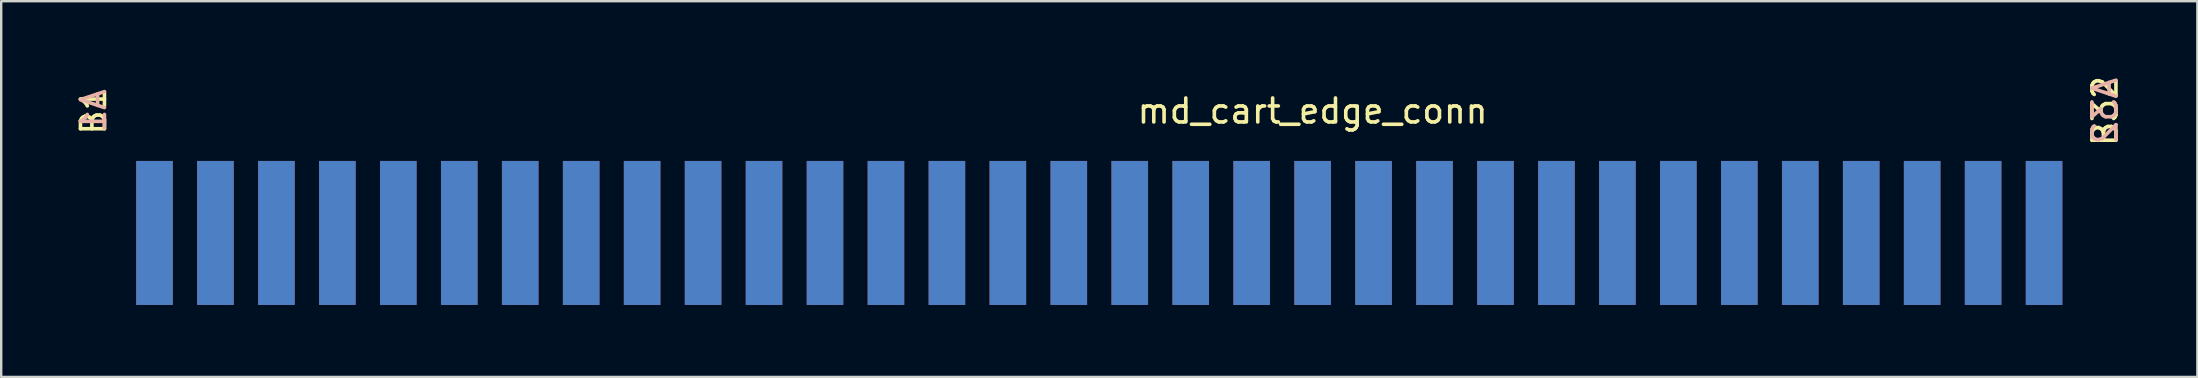
<source format=kicad_pcb>
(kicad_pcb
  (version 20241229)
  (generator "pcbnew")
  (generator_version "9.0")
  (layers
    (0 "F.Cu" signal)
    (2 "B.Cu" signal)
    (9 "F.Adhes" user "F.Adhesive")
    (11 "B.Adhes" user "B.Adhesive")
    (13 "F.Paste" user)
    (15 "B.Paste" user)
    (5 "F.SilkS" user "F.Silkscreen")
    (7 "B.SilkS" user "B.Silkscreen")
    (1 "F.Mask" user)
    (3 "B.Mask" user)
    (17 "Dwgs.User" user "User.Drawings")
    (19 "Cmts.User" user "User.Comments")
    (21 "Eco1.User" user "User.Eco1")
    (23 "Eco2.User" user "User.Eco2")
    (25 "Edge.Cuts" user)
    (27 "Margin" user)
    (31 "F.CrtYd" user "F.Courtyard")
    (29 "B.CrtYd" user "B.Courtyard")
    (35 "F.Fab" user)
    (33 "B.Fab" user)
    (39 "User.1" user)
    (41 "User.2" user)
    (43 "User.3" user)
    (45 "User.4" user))
  (footprint "md_cart_edge_conn"
    (layer "F.Cu")
    (at 3.388 6.657)
    (property "Reference" "md_cart_edge_conn" (at 48.26 -5.08 0) (layer "F.SilkS") (effects (font (size 1 1) (thickness 0.15))))
    (attr through_hole)
    (fp_text user "B1" (at -2.54 -5.08 90) (layer "F.SilkS") (effects (font (size 1 1) (thickness 0.15))))
    (fp_text user "B32" (at 81.28 -5.08 90) (layer "F.SilkS") (effects (font (size 1 1) (thickness 0.15))))
    (fp_text user "A1" (at -2.54 -5.08 90) (layer "B.SilkS") (effects (font (size 1 1) (thickness 0.15)) (justify mirror)))
    (fp_text user "A32" (at 81.28 -5.08 90) (layer "B.SilkS") (effects (font (size 1 1) (thickness 0.15)) (justify mirror)))
    (pad "A01" smd rect (at 0 0) (size 1.524 6) (layers "B.Cu" "B.Mask" "B.Paste"))
    (pad "A02" smd rect (at 2.54 0) (size 1.524 6) (layers "B.Cu" "B.Mask" "B.Paste"))
    (pad "A03" smd rect (at 5.08 0) (size 1.524 6) (layers "B.Cu" "B.Mask" "B.Paste"))
    (pad "A04" smd rect (at 7.62 0) (size 1.524 6) (layers "B.Cu" "B.Mask" "B.Paste"))
    (pad "A05" smd rect (at 10.16 0) (size 1.524 6) (layers "B.Cu" "B.Mask" "B.Paste"))
    (pad "A06" smd rect (at 12.7 0) (size 1.524 6) (layers "B.Cu" "B.Mask" "B.Paste"))
    (pad "A07" smd rect (at 15.24 0) (size 1.524 6) (layers "B.Cu" "B.Mask" "B.Paste"))
    (pad "A08" smd rect (at 17.78 0) (size 1.524 6) (layers "B.Cu" "B.Mask" "B.Paste"))
    (pad "A09" smd rect (at 20.32 0) (size 1.524 6) (layers "B.Cu" "B.Mask" "B.Paste"))
    (pad "A10" smd rect (at 22.86 0) (size 1.524 6) (layers "B.Cu" "B.Mask" "B.Paste"))
    (pad "A11" smd rect (at 25.4 0) (size 1.524 6) (layers "B.Cu" "B.Mask" "B.Paste"))
    (pad "A12" smd rect (at 27.94 0) (size 1.524 6) (layers "B.Cu" "B.Mask" "B.Paste"))
    (pad "A13" smd rect (at 30.48 0) (size 1.524 6) (layers "B.Cu" "B.Mask" "B.Paste"))
    (pad "A14" smd rect (at 33.02 0) (size 1.524 6) (layers "B.Cu" "B.Mask" "B.Paste"))
    (pad "A15" smd rect (at 35.56 0) (size 1.524 6) (layers "B.Cu" "B.Mask" "B.Paste"))
    (pad "A16" smd rect (at 38.1 0) (size 1.524 6) (layers "B.Cu" "B.Mask" "B.Paste"))
    (pad "A17" smd rect (at 40.64 0) (size 1.524 6) (layers "B.Cu" "B.Mask" "B.Paste"))
    (pad "A18" smd rect (at 43.18 0) (size 1.524 6) (layers "B.Cu" "B.Mask" "B.Paste"))
    (pad "A19" smd rect (at 45.72 0) (size 1.524 6) (layers "B.Cu" "B.Mask" "B.Paste"))
    (pad "A20" smd rect (at 48.26 0) (size 1.524 6) (layers "B.Cu" "B.Mask" "B.Paste"))
    (pad "A21" smd rect (at 50.8 0) (size 1.524 6) (layers "B.Cu" "B.Mask" "B.Paste"))
    (pad "A22" smd rect (at 53.34 0) (size 1.524 6) (layers "B.Cu" "B.Mask" "B.Paste"))
    (pad "A23" smd rect (at 55.88 0) (size 1.524 6) (layers "B.Cu" "B.Mask" "B.Paste"))
    (pad "A24" smd rect (at 58.42 0) (size 1.524 6) (layers "B.Cu" "B.Mask" "B.Paste"))
    (pad "A25" smd rect (at 60.96 0) (size 1.524 6) (layers "B.Cu" "B.Mask" "B.Paste"))
    (pad "A26" smd rect (at 63.5 0) (size 1.524 6) (layers "B.Cu" "B.Mask" "B.Paste"))
    (pad "A27" smd rect (at 66.04 0) (size 1.524 6) (layers "B.Cu" "B.Mask" "B.Paste"))
    (pad "A28" smd rect (at 68.58 0) (size 1.524 6) (layers "B.Cu" "B.Mask" "B.Paste"))
    (pad "A29" smd rect (at 71.12 0) (size 1.524 6) (layers "B.Cu" "B.Mask" "B.Paste"))
    (pad "A30" smd rect (at 73.66 0) (size 1.524 6) (layers "B.Cu" "B.Mask" "B.Paste"))
    (pad "A31" smd rect (at 76.2 0) (size 1.524 6) (layers "B.Cu" "B.Mask" "B.Paste"))
    (pad "A32" smd rect (at 78.74 0) (size 1.524 6) (layers "B.Cu" "B.Mask" "B.Paste"))
    (pad "B01" smd rect (at 0 0) (size 1.524 6) (layers "F.Cu" "F.Mask" "F.Paste"))
    (pad "B02" smd rect (at 2.54 0) (size 1.524 6) (layers "F.Cu" "F.Mask" "F.Paste"))
    (pad "B03" smd rect (at 5.08 0) (size 1.524 6) (layers "F.Cu" "F.Mask" "F.Paste"))
    (pad "B04" smd rect (at 7.62 0) (size 1.524 6) (layers "F.Cu" "F.Mask" "F.Paste"))
    (pad "B05" smd rect (at 10.16 0) (size 1.524 6) (layers "F.Cu" "F.Mask" "F.Paste"))
    (pad "B06" smd rect (at 12.7 0) (size 1.524 6) (layers "F.Cu" "F.Mask" "F.Paste"))
    (pad "B07" smd rect (at 15.24 0) (size 1.524 6) (layers "F.Cu" "F.Mask" "F.Paste"))
    (pad "B08" smd rect (at 17.78 0) (size 1.524 6) (layers "F.Cu" "F.Mask" "F.Paste"))
    (pad "B09" smd rect (at 20.32 0) (size 1.524 6) (layers "F.Cu" "F.Mask" "F.Paste"))
    (pad "B10" smd rect (at 22.86 0) (size 1.524 6) (layers "F.Cu" "F.Mask" "F.Paste"))
    (pad "B11" smd rect (at 25.4 0) (size 1.524 6) (layers "F.Cu" "F.Mask" "F.Paste"))
    (pad "B12" smd rect (at 27.94 0) (size 1.524 6) (layers "F.Cu" "F.Mask" "F.Paste"))
    (pad "B13" smd rect (at 30.48 0) (size 1.524 6) (layers "F.Cu" "F.Mask" "F.Paste"))
    (pad "B14" smd rect (at 33.02 0) (size 1.524 6) (layers "F.Cu" "F.Mask" "F.Paste"))
    (pad "B15" smd rect (at 35.56 0) (size 1.524 6) (layers "F.Cu" "F.Mask" "F.Paste"))
    (pad "B16" smd rect (at 38.1 0) (size 1.524 6) (layers "F.Cu" "F.Mask" "F.Paste"))
    (pad "B17" smd rect (at 40.64 0) (size 1.524 6) (layers "F.Cu" "F.Mask" "F.Paste"))
    (pad "B18" smd rect (at 43.18 0) (size 1.524 6) (layers "F.Cu" "F.Mask" "F.Paste"))
    (pad "B19" smd rect (at 45.72 0) (size 1.524 6) (layers "F.Cu" "F.Mask" "F.Paste"))
    (pad "B20" smd rect (at 48.26 0) (size 1.524 6) (layers "F.Cu" "F.Mask" "F.Paste"))
    (pad "B21" smd rect (at 50.8 0) (size 1.524 6) (layers "F.Cu" "F.Mask" "F.Paste"))
    (pad "B22" smd rect (at 53.34 0) (size 1.524 6) (layers "F.Cu" "F.Mask" "F.Paste"))
    (pad "B23" smd rect (at 55.88 0) (size 1.524 6) (layers "F.Cu" "F.Mask" "F.Paste"))
    (pad "B24" smd rect (at 58.42 0) (size 1.524 6) (layers "F.Cu" "F.Mask" "F.Paste"))
    (pad "B25" smd rect (at 60.96 0) (size 1.524 6) (layers "F.Cu" "F.Mask" "F.Paste"))
    (pad "B26" smd rect (at 63.5 0) (size 1.524 6) (layers "F.Cu" "F.Mask" "F.Paste"))
    (pad "B27" smd rect (at 66.04 0) (size 1.524 6) (layers "F.Cu" "F.Mask" "F.Paste"))
    (pad "B28" smd rect (at 68.58 0) (size 1.524 6) (layers "F.Cu" "F.Mask" "F.Paste"))
    (pad "B29" smd rect (at 71.12 0) (size 1.524 6) (layers "F.Cu" "F.Mask" "F.Paste"))
    (pad "B30" smd rect (at 73.66 0) (size 1.524 6) (layers "F.Cu" "F.Mask" "F.Paste"))
    (pad "B31" smd rect (at 76.2 0) (size 1.524 6) (layers "F.Cu" "F.Mask" "F.Paste"))
    (pad "B32" smd rect (at 78.74 0) (size 1.524 6) (layers "F.Cu" "F.Mask" "F.Paste")))
  (gr_rect
    (start -3 -3)
    (end 88.516 12.657)
    (stroke (width 0.1) (type default))
    (fill no)
    (layer "Edge.Cuts")))
</source>
